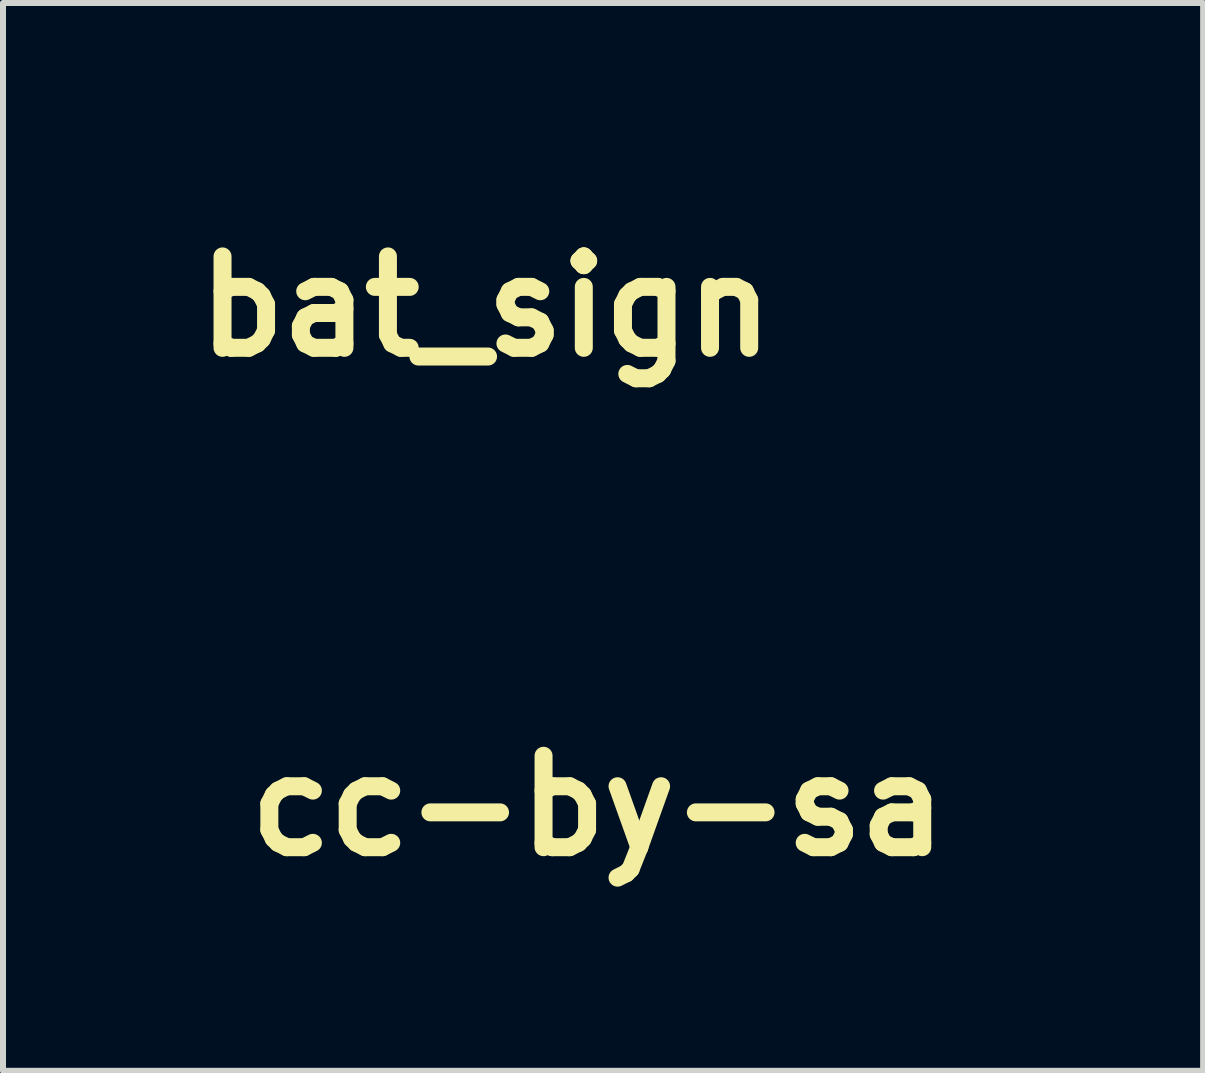
<source format=kicad_pcb>
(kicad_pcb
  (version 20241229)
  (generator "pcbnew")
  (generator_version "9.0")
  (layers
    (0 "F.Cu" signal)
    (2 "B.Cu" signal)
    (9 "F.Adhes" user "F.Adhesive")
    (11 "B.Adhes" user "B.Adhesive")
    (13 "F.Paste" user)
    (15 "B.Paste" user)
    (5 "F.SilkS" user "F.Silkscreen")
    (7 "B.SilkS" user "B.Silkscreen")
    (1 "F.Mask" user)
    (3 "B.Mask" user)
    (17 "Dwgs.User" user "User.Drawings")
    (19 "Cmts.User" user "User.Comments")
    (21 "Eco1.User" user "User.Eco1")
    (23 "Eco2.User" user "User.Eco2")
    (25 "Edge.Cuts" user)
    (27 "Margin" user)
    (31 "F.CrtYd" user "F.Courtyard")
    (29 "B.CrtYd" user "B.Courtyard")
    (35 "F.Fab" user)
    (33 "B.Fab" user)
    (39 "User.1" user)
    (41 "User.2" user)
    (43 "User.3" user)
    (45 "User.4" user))
  (footprint "bat_sign"
    (layer "F.Cu")
    (at 5.051 2.06)
    (property "Reference" "bat_sign" (at 0 0 0) (layer "F.SilkS") (effects (font (size 1.524 1.524) (thickness 0.3))))
    (attr through_hole)
    (fp_poly (pts (xy 0.032 -2.054) (xy 0.466 -2.046) (xy 0.48 -1.834) (xy 0.494 -1.623) (xy 0.724 -1.615) (xy 0.838 -1.609) (xy 0.908 -1.601) (xy 0.947 -1.586) (xy 0.965 -1.561) (xy 0.97 -1.544) (xy 0.975 -1.499) (xy 0.979 -1.405) (xy 0.982 -1.266) (xy 0.984 -1.09) (xy 0.986 -0.883) (xy 0.988 -0.649) (xy 0.988 -0.395) (xy 0.988 -0.127) (xy 0.988 0.149) (xy 0.987 0.428) (xy 0.986 0.703) (xy 0.984 0.968) (xy 0.981 1.218) (xy 0.979 1.447) (xy 0.975 1.648) (xy 0.972 1.816) (xy 0.968 1.945) (xy 0.963 2.029) (xy 0.959 2.062) (xy 0.948 2.077) (xy 0.931 2.089) (xy 0.901 2.098) (xy 0.853 2.105) (xy 0.78 2.11) (xy 0.677 2.113) (xy 0.537 2.115) (xy 0.355 2.116) (xy 0.125 2.117) (xy 0.019 2.117) (xy -0.254 2.116) (xy -0.475 2.114) (xy -0.646 2.111) (xy -0.774 2.106) (xy -0.86 2.099) (xy -0.91 2.09) (xy -0.926 2.083) (xy -0.933 2.062) (xy -0.939 2.011) (xy -0.945 1.929) (xy -0.949 1.811) (xy -0.953 1.655) (xy -0.955 1.458) (xy -0.957 1.215) (xy -0.959 0.926) (xy -0.959 0.585) (xy -0.96 0.265) (xy -0.959 0.046) (xy -0.677 0.046) (xy -0.659 0.07) (xy -0.609 0.13) (xy -0.532 0.219) (xy -0.435 0.33) (xy -0.321 0.457) (xy -0.289 0.493) (xy 0.099 0.927) (xy 0.107 0.661) (xy 0.113 0.546) (xy 0.122 0.457) (xy 0.132 0.404) (xy 0.139 0.395) (xy 0.176 0.406) (xy 0.246 0.432) (xy 0.286 0.449) (xy 0.387 0.493) (xy 0.505 0.541) (xy 0.561 0.563) (xy 0.712 0.623) (xy 0.639 0.536) (xy 0.597 0.487) (xy 0.524 0.405) (xy 0.429 0.298) (xy 0.32 0.177) (xy 0.234 0.08) (xy -0.099 -0.289) (xy -0.107 -0.016) (xy -0.11 0.102) (xy -0.115 0.181) (xy -0.132 0.224) (xy -0.169 0.236) (xy -0.235 0.219) (xy -0.339 0.177) (xy -0.459 0.126) (xy -0.558 0.085) (xy -0.633 0.057) (xy -0.674 0.046) (xy -0.677 0.046) (xy -0.959 0.046) (xy -0.959 -0.048) (xy -0.959 -0.345) (xy -0.957 -0.621) (xy -0.956 -0.871) (xy -0.954 -1.091) (xy -0.951 -1.274) (xy -0.949 -1.417) (xy -0.946 -1.514) (xy -0.943 -1.561) (xy -0.942 -1.564) (xy -0.922 -1.587) (xy -0.874 -1.601) (xy -0.789 -1.608) (xy -0.703 -1.609) (xy -0.48 -1.609) (xy -0.48 -1.803) (xy -0.474 -1.933) (xy -0.455 -2.01) (xy -0.441 -2.029) (xy -0.396 -2.043) (xy -0.302 -2.052) (xy -0.155 -2.055) (xy 0.032 -2.054)) (stroke (width 0.01) (type solid)) (fill yes) (layer "F.Mask")))
  (footprint "cc-by-sa"
    (layer "F.Cu")
    (at 6.92 7.846)
    (property "Reference" "cc-by-sa" (at 0 2.54 0) (layer "F.SilkS") (effects (font (size 1.524 1.524) (thickness 0.3))))
    (attr through_hole)
    (fp_poly (pts (xy -3.75 -0.14) (xy -3.734 0.025) (xy -4.322 0.025) (xy -4.322 -0.154) (xy -3.75 -0.14)) (stroke (width 0.01) (type solid)) (fill yes) (layer "F.Mask"))
    (fp_poly (pts (xy 0.089 -0.14) (xy 0.097 -0.057) (xy 0.105 0.025) (xy -0.483 0.025) (xy -0.483 -0.154) (xy 0.089 -0.14)) (stroke (width 0.01) (type solid)) (fill yes) (layer "F.Mask"))
    (fp_poly (pts (xy 4.055 -0.14) (xy 4.063 -0.057) (xy 4.071 0.025) (xy 3.483 0.025) (xy 3.483 -0.154) (xy 4.055 -0.14)) (stroke (width 0.01) (type solid)) (fill yes) (layer "F.Mask"))
    (fp_poly (pts (xy 5.941 0.231) (xy 5.967 0.248) (xy 5.974 0.292) (xy 5.975 0.343) (xy 5.973 0.414) (xy 5.96 0.447) (xy 5.926 0.457) (xy 5.886 0.458) (xy 5.831 0.455) (xy 5.805 0.439) (xy 5.798 0.394) (xy 5.797 0.343) (xy 5.799 0.273) (xy 5.812 0.24) (xy 5.846 0.23) (xy 5.886 0.229) (xy 5.941 0.231)) (stroke (width 0.01) (type solid)) (fill yes) (layer "F.Mask"))
    (fp_poly (pts (xy -1.683 -0.407) (xy -1.623 -0.314) (xy -1.572 -0.239) (xy -1.538 -0.191) (xy -1.526 -0.179) (xy -1.507 -0.199) (xy -1.468 -0.253) (xy -1.413 -0.332) (xy -1.363 -0.407) (xy -1.214 -0.636) (xy -0.989 -0.636) (xy -1.072 -0.515) (xy -1.127 -0.436) (xy -1.198 -0.335) (xy -1.272 -0.23) (xy -1.289 -0.206) (xy -1.424 -0.018) (xy -1.424 0.458) (xy -1.627 0.458) (xy -1.627 -0.019) (xy -1.796 -0.257) (xy -1.868 -0.36) (xy -1.935 -0.455) (xy -1.987 -0.529) (xy -2.014 -0.566) (xy -2.063 -0.636) (xy -1.828 -0.636) (xy -1.683 -0.407)) (stroke (width 0.01) (type solid)) (fill yes) (layer "F.Mask"))
    (fp_poly (pts (xy 2.433 -0.651) (xy 2.488 -0.637) (xy 2.552 -0.593) (xy 2.592 -0.54) (xy 2.611 -0.495) (xy 2.643 -0.412) (xy 2.687 -0.302) (xy 2.736 -0.173) (xy 2.788 -0.037) (xy 2.839 0.097) (xy 2.885 0.219) (xy 2.923 0.319) (xy 2.938 0.362) (xy 2.973 0.458) (xy 2.866 0.457) (xy 2.759 0.457) (xy 2.59 0.006) (xy 2.527 -0.158) (xy 2.479 -0.278) (xy 2.441 -0.362) (xy 2.412 -0.414) (xy 2.389 -0.44) (xy 2.374 -0.445) (xy 2.353 -0.435) (xy 2.328 -0.403) (xy 2.296 -0.343) (xy 2.253 -0.249) (xy 2.199 -0.117) (xy 2.15 0.006) (xy 1.973 0.458) (xy 1.76 0.458) (xy 1.962 -0.057) (xy 2.023 -0.21) (xy 2.08 -0.348) (xy 2.129 -0.464) (xy 2.167 -0.549) (xy 2.191 -0.598) (xy 2.196 -0.605) (xy 2.256 -0.637) (xy 2.342 -0.654) (xy 2.433 -0.651)) (stroke (width 0.01) (type solid)) (fill yes) (layer "F.Mask"))
    (fp_poly (pts (xy -6 -0.437) (xy -6.295 -0.428) (xy -6.422 -0.424) (xy -6.508 -0.418) (xy -6.565 -0.409) (xy -6.602 -0.394) (xy -6.63 -0.371) (xy -6.649 -0.35) (xy -6.704 -0.254) (xy -6.729 -0.136) (xy -6.726 -0.012) (xy -6.696 0.101) (xy -6.638 0.188) (xy -6.634 0.193) (xy -6.602 0.215) (xy -6.556 0.23) (xy -6.487 0.24) (xy -6.384 0.247) (xy -6.29 0.25) (xy -6 0.259) (xy -6 0.458) (xy -6.274 0.455) (xy -6.395 0.453) (xy -6.504 0.446) (xy -6.587 0.438) (xy -6.621 0.431) (xy -6.711 0.384) (xy -6.798 0.306) (xy -6.865 0.213) (xy -6.89 0.154) (xy -6.908 0.048) (xy -6.915 -0.083) (xy -6.909 -0.215) (xy -6.892 -0.324) (xy -6.89 -0.332) (xy -6.842 -0.429) (xy -6.76 -0.521) (xy -6.662 -0.589) (xy -6.609 -0.611) (xy -6.546 -0.621) (xy -6.448 -0.63) (xy -6.331 -0.635) (xy -6.261 -0.636) (xy -6 -0.636) (xy -6 -0.437)) (stroke (width 0.01) (type solid)) (fill yes) (layer "F.Mask"))
    (fp_poly (pts (xy -4.907 -0.437) (xy -5.202 -0.428) (xy -5.329 -0.424) (xy -5.415 -0.418) (xy -5.472 -0.409) (xy -5.509 -0.394) (xy -5.537 -0.371) (xy -5.556 -0.35) (xy -5.61 -0.254) (xy -5.636 -0.136) (xy -5.633 -0.012) (xy -5.603 0.101) (xy -5.545 0.188) (xy -5.54 0.193) (xy -5.508 0.215) (xy -5.463 0.23) (xy -5.394 0.24) (xy -5.291 0.247) (xy -5.197 0.25) (xy -4.907 0.259) (xy -4.907 0.458) (xy -5.18 0.455) (xy -5.301 0.453) (xy -5.411 0.446) (xy -5.493 0.438) (xy -5.528 0.431) (xy -5.617 0.384) (xy -5.704 0.306) (xy -5.772 0.213) (xy -5.797 0.154) (xy -5.815 0.048) (xy -5.821 -0.083) (xy -5.816 -0.215) (xy -5.799 -0.324) (xy -5.797 -0.332) (xy -5.749 -0.429) (xy -5.667 -0.521) (xy -5.569 -0.589) (xy -5.516 -0.611) (xy -5.453 -0.621) (xy -5.355 -0.63) (xy -5.238 -0.635) (xy -5.168 -0.636) (xy -4.907 -0.636) (xy -4.907 -0.437)) (stroke (width 0.01) (type solid)) (fill yes) (layer "F.Mask"))
    (fp_poly (pts (xy 5.387 -0.633) (xy 5.45 -0.624) (xy 5.496 -0.601) (xy 5.529 -0.558) (xy 5.549 -0.49) (xy 5.561 -0.391) (xy 5.567 -0.255) (xy 5.568 -0.075) (xy 5.568 -0.014) (xy 5.568 0.458) (xy 5.365 0.458) (xy 5.365 0.229) (xy 5.046 0.229) (xy 4.913 0.228) (xy 4.821 0.226) (xy 4.759 0.219) (xy 4.719 0.208) (xy 4.688 0.189) (xy 4.661 0.163) (xy 4.619 0.108) (xy 4.605 0.048) (xy 4.613 0.009) (xy 4.835 0.009) (xy 4.864 0.036) (xy 4.937 0.048) (xy 5.057 0.051) (xy 5.098 0.051) (xy 5.365 0.051) (xy 5.365 -0.432) (xy 5.282 -0.432) (xy 5.238 -0.431) (xy 5.202 -0.423) (xy 5.168 -0.403) (xy 5.125 -0.364) (xy 5.064 -0.299) (xy 4.989 -0.214) (xy 4.9 -0.11) (xy 4.848 -0.038) (xy 4.835 0.009) (xy 4.613 0.009) (xy 4.62 -0.023) (xy 4.667 -0.112) (xy 4.748 -0.224) (xy 4.823 -0.317) (xy 4.927 -0.438) (xy 5.008 -0.524) (xy 5.077 -0.581) (xy 5.141 -0.614) (xy 5.209 -0.631) (xy 5.291 -0.635) (xy 5.305 -0.635) (xy 5.387 -0.633)) (stroke (width 0.01) (type solid)) (fill yes) (layer "F.Mask"))
    (fp_poly (pts (xy 6.686 -0.653) (xy 6.826 -0.606) (xy 6.933 -0.53) (xy 7.017 -0.414) (xy 7.069 -0.266) (xy 7.086 -0.095) (xy 7.07 0.066) (xy 7.024 0.225) (xy 6.95 0.343) (xy 6.845 0.422) (xy 6.706 0.465) (xy 6.627 0.475) (xy 6.51 0.475) (xy 6.419 0.457) (xy 6.369 0.437) (xy 6.256 0.366) (xy 6.176 0.272) (xy 6.127 0.15) (xy 6.105 -0.009) (xy 6.103 -0.095) (xy 6.104 -0.113) (xy 6.282 -0.113) (xy 6.291 0.023) (xy 6.33 0.137) (xy 6.398 0.22) (xy 6.415 0.232) (xy 6.519 0.27) (xy 6.634 0.273) (xy 6.743 0.241) (xy 6.81 0.194) (xy 6.843 0.156) (xy 6.863 0.117) (xy 6.874 0.062) (xy 6.877 -0.022) (xy 6.878 -0.089) (xy 6.876 -0.196) (xy 6.87 -0.266) (xy 6.856 -0.313) (xy 6.831 -0.349) (xy 6.81 -0.372) (xy 6.739 -0.423) (xy 6.645 -0.447) (xy 6.619 -0.45) (xy 6.491 -0.442) (xy 6.392 -0.395) (xy 6.325 -0.31) (xy 6.307 -0.262) (xy 6.282 -0.113) (xy 6.104 -0.113) (xy 6.115 -0.271) (xy 6.155 -0.409) (xy 6.224 -0.514) (xy 6.327 -0.592) (xy 6.388 -0.622) (xy 6.536 -0.659) (xy 6.686 -0.653)) (stroke (width 0.01) (type solid)) (fill yes) (layer "F.Mask"))
    (fp_poly (pts (xy 1.576 -0.432) (xy 1.27 -0.432) (xy 1.115 -0.43) (xy 1.005 -0.423) (xy 0.931 -0.407) (xy 0.888 -0.383) (xy 0.868 -0.346) (xy 0.864 -0.309) (xy 0.873 -0.247) (xy 0.904 -0.207) (xy 0.965 -0.186) (xy 1.066 -0.178) (xy 1.105 -0.177) (xy 1.288 -0.167) (xy 1.435 -0.139) (xy 1.539 -0.094) (xy 1.569 -0.071) (xy 1.621 0.009) (xy 1.644 0.113) (xy 1.637 0.223) (xy 1.615 0.288) (xy 1.579 0.348) (xy 1.533 0.393) (xy 1.469 0.424) (xy 1.378 0.444) (xy 1.254 0.454) (xy 1.088 0.458) (xy 1.045 0.458) (xy 0.686 0.458) (xy 0.686 0.254) (xy 1.019 0.254) (xy 1.148 0.252) (xy 1.261 0.247) (xy 1.348 0.239) (xy 1.397 0.229) (xy 1.4 0.228) (xy 1.435 0.185) (xy 1.449 0.122) (xy 1.44 0.062) (xy 1.417 0.033) (xy 1.38 0.024) (xy 1.304 0.014) (xy 1.201 0.005) (xy 1.113 -0.000156) (xy 0.991 -0.007) (xy 0.909 -0.014) (xy 0.854 -0.026) (xy 0.814 -0.045) (xy 0.779 -0.074) (xy 0.759 -0.094) (xy 0.706 -0.156) (xy 0.682 -0.218) (xy 0.676 -0.3) (xy 0.682 -0.41) (xy 0.708 -0.494) (xy 0.758 -0.556) (xy 0.84 -0.597) (xy 0.957 -0.622) (xy 1.115 -0.634) (xy 1.243 -0.636) (xy 1.576 -0.636) (xy 1.576 -0.432)) (stroke (width 0.01) (type solid)) (fill yes) (layer "F.Mask"))
    (fp_poly (pts (xy -2.627 -0.634) (xy -2.512 -0.627) (xy -2.417 -0.616) (xy -2.355 -0.6) (xy -2.354 -0.6) (xy -2.257 -0.537) (xy -2.202 -0.446) (xy -2.187 -0.34) (xy -2.203 -0.236) (xy -2.249 -0.158) (xy -2.312 -0.084) (xy -2.249 -0.025) (xy -2.207 0.03) (xy -2.189 0.099) (xy -2.187 0.151) (xy -2.204 0.273) (xy -2.259 0.361) (xy -2.354 0.422) (xy -2.354 0.422) (xy -2.416 0.437) (xy -2.51 0.449) (xy -2.625 0.456) (xy -2.749 0.459) (xy -2.87 0.457) (xy -2.976 0.452) (xy -3.056 0.442) (xy -3.097 0.427) (xy -3.097 0.427) (xy -3.108 0.391) (xy -3.117 0.314) (xy -3.121 0.254) (xy -2.924 0.254) (xy -2.686 0.254) (xy -2.571 0.253) (xy -2.495 0.247) (xy -2.447 0.236) (xy -2.415 0.216) (xy -2.402 0.203) (xy -2.37 0.151) (xy -2.377 0.091) (xy -2.38 0.082) (xy -2.392 0.051) (xy -2.411 0.03) (xy -2.445 0.018) (xy -2.505 0.011) (xy -2.602 0.007) (xy -2.664 0.005) (xy -2.924 -0.002) (xy -2.924 0.254) (xy -3.121 0.254) (xy -3.123 0.205) (xy -3.127 0.076) (xy -3.129 -0.065) (xy -3.128 -0.208) (xy -3.125 -0.343) (xy -3.119 -0.458) (xy -2.924 -0.458) (xy -2.924 -0.178) (xy -2.695 -0.178) (xy -2.581 -0.18) (xy -2.506 -0.186) (xy -2.457 -0.199) (xy -2.423 -0.221) (xy -2.415 -0.229) (xy -2.378 -0.279) (xy -2.365 -0.318) (xy -2.381 -0.363) (xy -2.415 -0.407) (xy -2.448 -0.432) (xy -2.491 -0.447) (xy -2.558 -0.455) (xy -2.661 -0.458) (xy -2.695 -0.458) (xy -2.924 -0.458) (xy -3.119 -0.458) (xy -3.119 -0.459) (xy -3.111 -0.548) (xy -3.101 -0.598) (xy -3.097 -0.605) (xy -3.057 -0.62) (xy -2.978 -0.63) (xy -2.872 -0.635) (xy -2.751 -0.637) (xy -2.627 -0.634)) (stroke (width 0.01) (type solid)) (fill yes) (layer "F.Mask")))
  (gr_rect
    (start -3 -3)
    (end 17.01 14.804)
    (stroke (width 0.1) (type default))
    (fill no)
    (layer "Edge.Cuts")))
</source>
